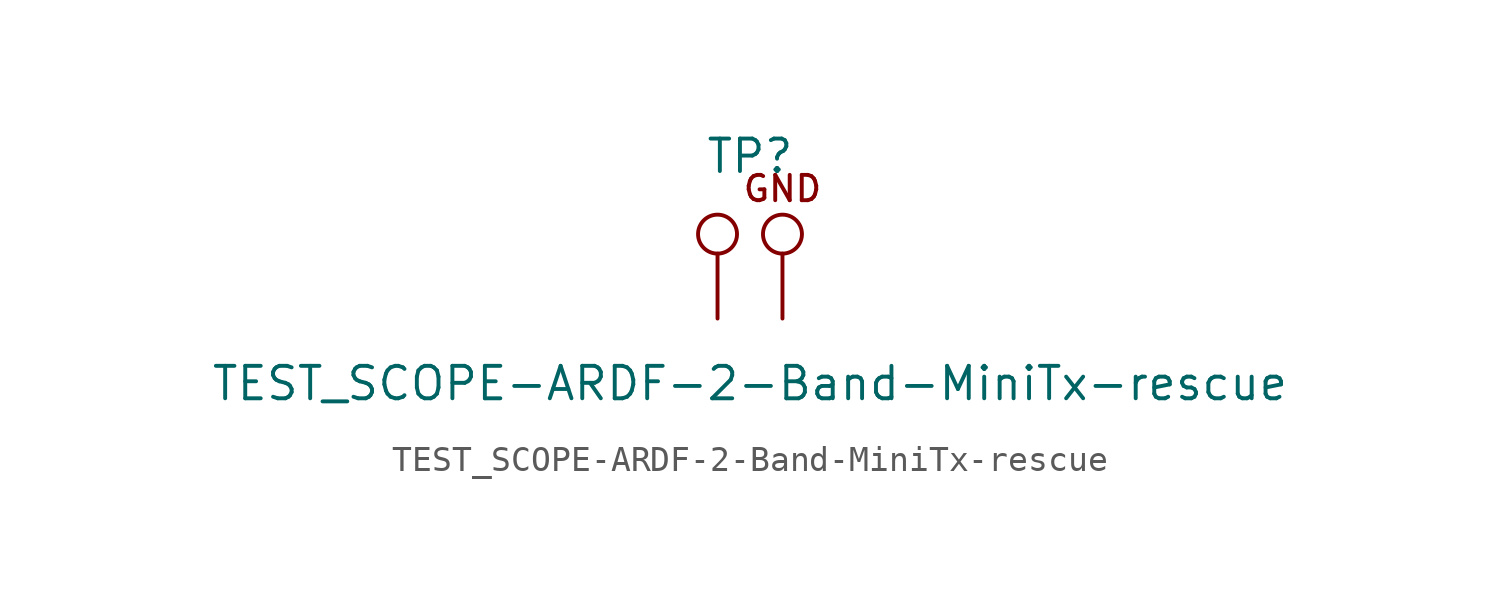
<source format=kicad_sym>
(kicad_symbol_lib
  (version 20211014)
  (generator kicad_symbol_editor)
  (symbol "TEST_SCOPE-ARDF-2-Band-MiniTx-rescue"
    (pin_numbers hide)
    (pin_names
      (offset 0.762) hide)
    (property "Reference" "TP"
      (at 1.27 6.35 0)
      (effects (font (size 1.27 1.27))))
    (property "Value" "TEST_SCOPE-ARDF-2-Band-MiniTx-rescue"
      (at 1.27 -2.54 0)
      (effects (font (size 1.27 1.27))))
    (symbol "TEST_SCOPE-ARDF-2-Band-MiniTx-rescue_0_0"
      (text "GND" (at 2.54 5.08 0) (effects (font (size 0.991 0.991)))))
    (symbol "TEST_SCOPE-ARDF-2-Band-MiniTx-rescue_0_1"
      (circle (center 0 3.302) (radius 0.762) (stroke (width 0) (type default) (color 0 0 0 0)) (fill (type none)))
      (circle (center 2.54 3.302) (radius 0.762) (stroke (width 0) (type default) (color 0 0 0 0)) (fill (type none))))
    (symbol "TEST_SCOPE-ARDF-2-Band-MiniTx-rescue_1_1"
      (pin passive line (at 0 0 90) (length 2.54) (name "1" (effects (font (size 1.27 1.27)))) (number "1" (effects (font (size 1.27 1.27)))))
      (pin input line (at 2.54 0 90) (length 2.54) (name "GND" (effects (font (size 1.27 1.27)))) (number "2" (effects (font (size 1.27 1.27))))))))
</source>
